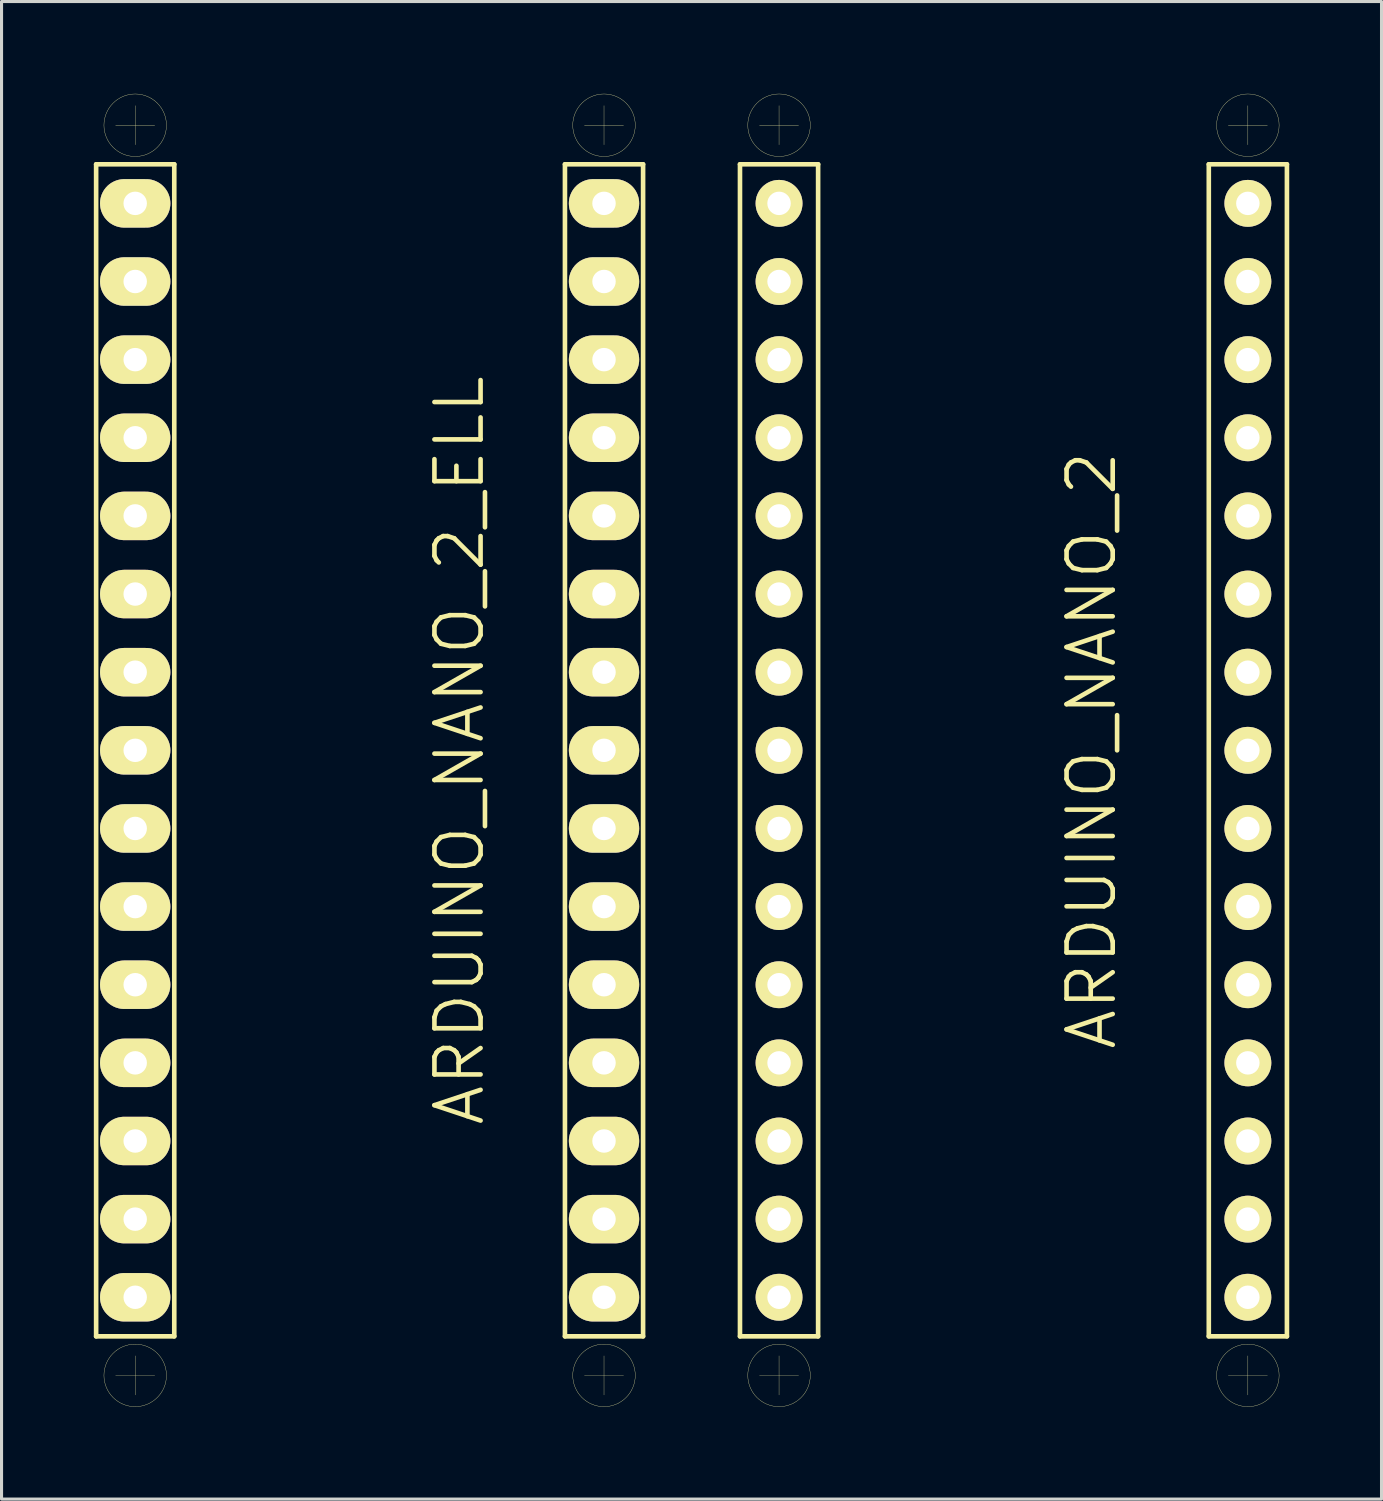
<source format=kicad_pcb>
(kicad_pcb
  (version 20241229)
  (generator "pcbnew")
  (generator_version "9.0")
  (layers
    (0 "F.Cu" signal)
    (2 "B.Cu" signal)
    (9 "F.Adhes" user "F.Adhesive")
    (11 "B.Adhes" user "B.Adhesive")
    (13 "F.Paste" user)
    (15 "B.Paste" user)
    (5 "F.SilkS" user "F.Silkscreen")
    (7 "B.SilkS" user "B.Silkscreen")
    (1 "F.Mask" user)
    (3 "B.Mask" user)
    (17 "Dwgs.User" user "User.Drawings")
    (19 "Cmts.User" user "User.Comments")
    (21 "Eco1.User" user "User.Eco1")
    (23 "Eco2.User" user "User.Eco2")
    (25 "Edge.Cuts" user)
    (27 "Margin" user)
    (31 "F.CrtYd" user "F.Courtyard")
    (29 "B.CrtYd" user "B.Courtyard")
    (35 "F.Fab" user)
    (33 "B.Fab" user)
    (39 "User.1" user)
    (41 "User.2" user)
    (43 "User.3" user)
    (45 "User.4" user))
  (footprint "ARDUINO_NANO_2"
    (layer "F.Cu")
    (at 29.895 21.341)
    (property "Reference" "ARDUINO_NANO_2" (at 2.54 0 90) (layer "F.SilkS") (effects (font (size 1.5 1.5) (thickness 0.15))))
    (attr through_hole)
    (fp_line (start -8.89 -19.05) (end -8.89 19.05) (stroke (width 0.15) (type solid)) (layer "F.SilkS"))
    (fp_line (start -8.89 19.05) (end -6.35 19.05) (stroke (width 0.15) (type solid)) (layer "F.SilkS"))
    (fp_line (start -8.255 -20.32) (end -6.985 -20.32) (stroke (width 0.01) (type solid)) (layer "F.SilkS"))
    (fp_line (start -8.255 20.32) (end -6.985 20.32) (stroke (width 0.01) (type solid)) (layer "F.SilkS"))
    (fp_line (start -7.62 -20.955) (end -7.62 -19.685) (stroke (width 0.01) (type solid)) (layer "F.SilkS"))
    (fp_line (start -7.62 19.685) (end -7.62 20.955) (stroke (width 0.01) (type solid)) (layer "F.SilkS"))
    (fp_line (start -6.35 -19.05) (end -8.89 -19.05) (stroke (width 0.15) (type solid)) (layer "F.SilkS"))
    (fp_line (start -6.35 19.05) (end -6.35 -19.05) (stroke (width 0.15) (type solid)) (layer "F.SilkS"))
    (fp_line (start 6.35 -19.05) (end 8.89 -19.05) (stroke (width 0.15) (type solid)) (layer "F.SilkS"))
    (fp_line (start 6.35 19.05) (end 6.35 -19.05) (stroke (width 0.15) (type solid)) (layer "F.SilkS"))
    (fp_line (start 6.985 -20.32) (end 8.255 -20.32) (stroke (width 0.01) (type solid)) (layer "F.SilkS"))
    (fp_line (start 6.985 20.32) (end 8.255 20.32) (stroke (width 0.01) (type solid)) (layer "F.SilkS"))
    (fp_line (start 7.62 -20.955) (end 7.62 -19.685) (stroke (width 0.01) (type solid)) (layer "F.SilkS"))
    (fp_line (start 7.62 19.685) (end 7.62 20.955) (stroke (width 0.01) (type solid)) (layer "F.SilkS"))
    (fp_line (start 8.89 -19.05) (end 8.89 19.05) (stroke (width 0.15) (type solid)) (layer "F.SilkS"))
    (fp_line (start 8.89 19.05) (end 6.35 19.05) (stroke (width 0.15) (type solid)) (layer "F.SilkS"))
    (fp_circle (center -7.62 -20.32) (end -6.604 -20.32) (stroke (width 0.01) (type solid)) (fill no) (layer "F.SilkS"))
    (fp_circle (center -7.62 20.32) (end -6.604 20.32) (stroke (width 0.01) (type solid)) (fill no) (layer "F.SilkS"))
    (fp_circle (center 7.62 -20.32) (end 8.636 -20.32) (stroke (width 0.01) (type solid)) (fill no) (layer "F.SilkS"))
    (fp_circle (center 7.62 20.32) (end 8.636 20.32) (stroke (width 0.01) (type solid)) (fill no) (layer "F.SilkS"))
    (pad "0" thru_hole circle (at -7.62 -15.24) (size 1.524 1.524) (drill 0.762) (layers "*.Cu" "*.Mask" "F.SilkS"))
    (pad "1" thru_hole circle (at -7.62 -17.78) (size 1.524 1.524) (drill 0.762) (layers "*.Cu" "*.Mask" "F.SilkS"))
    (pad "2" thru_hole circle (at -7.62 -7.62) (size 1.524 1.524) (drill 0.762) (layers "*.Cu" "*.Mask" "F.SilkS"))
    (pad "3" thru_hole circle (at -7.62 -5.08) (size 1.524 1.524) (drill 0.762) (layers "*.Cu" "*.Mask" "F.SilkS"))
    (pad "3V3" thru_hole circle (at 7.62 15.24) (size 1.524 1.524) (drill 0.762) (layers "*.Cu" "*.Mask" "F.SilkS"))
    (pad "4" thru_hole circle (at -7.62 -2.54) (size 1.524 1.524) (drill 0.762) (layers "*.Cu" "*.Mask" "F.SilkS"))
    (pad "5" thru_hole circle (at -7.62 0) (size 1.524 1.524) (drill 0.762) (layers "*.Cu" "*.Mask" "F.SilkS"))
    (pad "5V" thru_hole circle (at 7.62 -10.16) (size 1.524 1.524) (drill 0.762) (layers "*.Cu" "*.Mask" "F.SilkS"))
    (pad "6" thru_hole circle (at -7.62 2.54) (size 1.524 1.524) (drill 0.762) (layers "*.Cu" "*.Mask" "F.SilkS"))
    (pad "7" thru_hole circle (at -7.62 5.08) (size 1.524 1.524) (drill 0.762) (layers "*.Cu" "*.Mask" "F.SilkS"))
    (pad "8" thru_hole circle (at -7.62 7.62) (size 1.524 1.524) (drill 0.762) (layers "*.Cu" "*.Mask" "F.SilkS"))
    (pad "9" thru_hole circle (at -7.62 10.16) (size 1.524 1.524) (drill 0.762) (layers "*.Cu" "*.Mask" "F.SilkS"))
    (pad "10" thru_hole circle (at -7.62 12.7) (size 1.524 1.524) (drill 0.762) (layers "*.Cu" "*.Mask" "F.SilkS"))
    (pad "11" thru_hole circle (at -7.62 15.24) (size 1.524 1.524) (drill 0.762) (layers "*.Cu" "*.Mask" "F.SilkS"))
    (pad "12" thru_hole circle (at -7.62 17.78) (size 1.524 1.524) (drill 0.762) (layers "*.Cu" "*.Mask" "F.SilkS"))
    (pad "13" thru_hole circle (at 7.62 17.78) (size 1.524 1.524) (drill 0.762) (layers "*.Cu" "*.Mask" "F.SilkS"))
    (pad "A0" thru_hole circle (at 7.62 10.16) (size 1.524 1.524) (drill 0.762) (layers "*.Cu" "*.Mask" "F.SilkS"))
    (pad "A1" thru_hole circle (at 7.62 7.62) (size 1.524 1.524) (drill 0.762) (layers "*.Cu" "*.Mask" "F.SilkS"))
    (pad "A2" thru_hole circle (at 7.62 5.08) (size 1.524 1.524) (drill 0.762) (layers "*.Cu" "*.Mask" "F.SilkS"))
    (pad "A3" thru_hole circle (at 7.62 2.54) (size 1.524 1.524) (drill 0.762) (layers "*.Cu" "*.Mask" "F.SilkS"))
    (pad "A4" thru_hole circle (at 7.62 0) (size 1.524 1.524) (drill 0.762) (layers "*.Cu" "*.Mask" "F.SilkS"))
    (pad "A5" thru_hole circle (at 7.62 -2.54) (size 1.524 1.524) (drill 0.762) (layers "*.Cu" "*.Mask" "F.SilkS"))
    (pad "A6" thru_hole circle (at 7.62 -5.08) (size 1.524 1.524) (drill 0.762) (layers "*.Cu" "*.Mask" "F.SilkS"))
    (pad "A7" thru_hole circle (at 7.62 -7.62) (size 1.524 1.524) (drill 0.762) (layers "*.Cu" "*.Mask" "F.SilkS"))
    (pad "AREF" thru_hole circle (at 7.62 12.7) (size 1.524 1.524) (drill 0.762) (layers "*.Cu" "*.Mask" "F.SilkS"))
    (pad "GND1" thru_hole circle (at -7.62 -10.16) (size 1.524 1.524) (drill 0.762) (layers "*.Cu" "*.Mask" "F.SilkS"))
    (pad "GND2" thru_hole circle (at 7.62 -15.24) (size 1.524 1.524) (drill 0.762) (layers "*.Cu" "*.Mask" "F.SilkS"))
    (pad "RST1" thru_hole circle (at -7.62 -12.7) (size 1.524 1.524) (drill 0.762) (layers "*.Cu" "*.Mask" "F.SilkS"))
    (pad "RST2" thru_hole circle (at 7.62 -12.7) (size 1.524 1.524) (drill 0.762) (layers "*.Cu" "*.Mask" "F.SilkS"))
    (pad "VIN" thru_hole circle (at 7.62 -17.78) (size 1.524 1.524) (drill 0.762) (layers "*.Cu" "*.Mask" "F.SilkS")))
  (footprint "ARDUINO_NANO_2_ELL"
    (layer "F.Cu")
    (at 8.965 21.341)
    (property "Reference" "ARDUINO_NANO_2_ELL" (at 2.921 0 90) (layer "F.SilkS") (effects (font (size 1.5 1.5) (thickness 0.15))))
    (attr through_hole)
    (fp_line (start -8.89 -19.05) (end -8.89 19.05) (stroke (width 0.15) (type solid)) (layer "F.SilkS"))
    (fp_line (start -8.89 19.05) (end -6.35 19.05) (stroke (width 0.15) (type solid)) (layer "F.SilkS"))
    (fp_line (start -8.255 -20.32) (end -6.985 -20.32) (stroke (width 0.01) (type solid)) (layer "F.SilkS"))
    (fp_line (start -8.255 20.32) (end -6.985 20.32) (stroke (width 0.01) (type solid)) (layer "F.SilkS"))
    (fp_line (start -7.62 -20.955) (end -7.62 -19.685) (stroke (width 0.01) (type solid)) (layer "F.SilkS"))
    (fp_line (start -7.62 19.685) (end -7.62 20.955) (stroke (width 0.01) (type solid)) (layer "F.SilkS"))
    (fp_line (start -6.35 -19.05) (end -8.89 -19.05) (stroke (width 0.15) (type solid)) (layer "F.SilkS"))
    (fp_line (start -6.35 19.05) (end -6.35 -19.05) (stroke (width 0.15) (type solid)) (layer "F.SilkS"))
    (fp_line (start 6.35 -19.05) (end 8.89 -19.05) (stroke (width 0.15) (type solid)) (layer "F.SilkS"))
    (fp_line (start 6.35 19.05) (end 6.35 -19.05) (stroke (width 0.15) (type solid)) (layer "F.SilkS"))
    (fp_line (start 6.985 -20.32) (end 8.255 -20.32) (stroke (width 0.01) (type solid)) (layer "F.SilkS"))
    (fp_line (start 6.985 20.32) (end 8.255 20.32) (stroke (width 0.01) (type solid)) (layer "F.SilkS"))
    (fp_line (start 7.62 -20.955) (end 7.62 -19.685) (stroke (width 0.01) (type solid)) (layer "F.SilkS"))
    (fp_line (start 7.62 19.685) (end 7.62 20.955) (stroke (width 0.01) (type solid)) (layer "F.SilkS"))
    (fp_line (start 8.89 -19.05) (end 8.89 19.05) (stroke (width 0.15) (type solid)) (layer "F.SilkS"))
    (fp_line (start 8.89 19.05) (end 6.35 19.05) (stroke (width 0.15) (type solid)) (layer "F.SilkS"))
    (fp_circle (center -7.62 -20.32) (end -6.604 -20.32) (stroke (width 0.01) (type solid)) (fill no) (layer "F.SilkS"))
    (fp_circle (center -7.62 20.32) (end -6.604 20.32) (stroke (width 0.01) (type solid)) (fill no) (layer "F.SilkS"))
    (fp_circle (center 7.62 -20.32) (end 8.636 -20.32) (stroke (width 0.01) (type solid)) (fill no) (layer "F.SilkS"))
    (fp_circle (center 7.62 20.32) (end 8.636 20.32) (stroke (width 0.01) (type solid)) (fill no) (layer "F.SilkS"))
    (pad "0" thru_hole oval (at -7.62 -15.24) (size 2.286 1.575) (drill 0.762) (layers "*.Cu" "*.Mask" "F.SilkS"))
    (pad "1" thru_hole oval (at -7.62 -17.78) (size 2.286 1.575) (drill 0.762) (layers "*.Cu" "*.Mask" "F.SilkS"))
    (pad "2" thru_hole oval (at -7.62 -7.62) (size 2.286 1.575) (drill 0.762) (layers "*.Cu" "*.Mask" "F.SilkS"))
    (pad "3" thru_hole oval (at -7.62 -5.08) (size 2.286 1.575) (drill 0.762) (layers "*.Cu" "*.Mask" "F.SilkS"))
    (pad "3V3" thru_hole oval (at 7.62 15.24) (size 2.286 1.575) (drill 0.762) (layers "*.Cu" "*.Mask" "F.SilkS"))
    (pad "4" thru_hole oval (at -7.62 -2.54) (size 2.286 1.575) (drill 0.762) (layers "*.Cu" "*.Mask" "F.SilkS"))
    (pad "5" thru_hole oval (at -7.62 0) (size 2.286 1.575) (drill 0.762) (layers "*.Cu" "*.Mask" "F.SilkS"))
    (pad "5V" thru_hole oval (at 7.62 -10.16) (size 2.286 1.575) (drill 0.762) (layers "*.Cu" "*.Mask" "F.SilkS"))
    (pad "6" thru_hole oval (at -7.62 2.54) (size 2.286 1.575) (drill 0.762) (layers "*.Cu" "*.Mask" "F.SilkS"))
    (pad "7" thru_hole oval (at -7.62 5.08) (size 2.286 1.575) (drill 0.762) (layers "*.Cu" "*.Mask" "F.SilkS"))
    (pad "8" thru_hole oval (at -7.62 7.62) (size 2.286 1.575) (drill 0.762) (layers "*.Cu" "*.Mask" "F.SilkS"))
    (pad "9" thru_hole oval (at -7.62 10.16) (size 2.286 1.575) (drill 0.762) (layers "*.Cu" "*.Mask" "F.SilkS"))
    (pad "10" thru_hole oval (at -7.62 12.7) (size 2.286 1.575) (drill 0.762) (layers "*.Cu" "*.Mask" "F.SilkS"))
    (pad "11" thru_hole oval (at -7.62 15.24) (size 2.286 1.575) (drill 0.762) (layers "*.Cu" "*.Mask" "F.SilkS"))
    (pad "12" thru_hole oval (at -7.62 17.78) (size 2.286 1.575) (drill 0.762) (layers "*.Cu" "*.Mask" "F.SilkS"))
    (pad "13" thru_hole oval (at 7.62 17.78) (size 2.286 1.575) (drill 0.762) (layers "*.Cu" "*.Mask" "F.SilkS"))
    (pad "A0" thru_hole oval (at 7.62 10.16) (size 2.286 1.575) (drill 0.762) (layers "*.Cu" "*.Mask" "F.SilkS"))
    (pad "A1" thru_hole oval (at 7.62 7.62) (size 2.286 1.575) (drill 0.762) (layers "*.Cu" "*.Mask" "F.SilkS"))
    (pad "A2" thru_hole oval (at 7.62 5.08) (size 2.286 1.575) (drill 0.762) (layers "*.Cu" "*.Mask" "F.SilkS"))
    (pad "A3" thru_hole oval (at 7.62 2.54) (size 2.286 1.575) (drill 0.762) (layers "*.Cu" "*.Mask" "F.SilkS"))
    (pad "A4" thru_hole oval (at 7.62 0) (size 2.286 1.575) (drill 0.762) (layers "*.Cu" "*.Mask" "F.SilkS"))
    (pad "A5" thru_hole oval (at 7.62 -2.54) (size 2.286 1.575) (drill 0.762) (layers "*.Cu" "*.Mask" "F.SilkS"))
    (pad "A6" thru_hole oval (at 7.62 -5.08) (size 2.286 1.575) (drill 0.762) (layers "*.Cu" "*.Mask" "F.SilkS"))
    (pad "A7" thru_hole oval (at 7.62 -7.62) (size 2.286 1.575) (drill 0.762) (layers "*.Cu" "*.Mask" "F.SilkS"))
    (pad "AREF" thru_hole oval (at 7.62 12.7) (size 2.286 1.575) (drill 0.762) (layers "*.Cu" "*.Mask" "F.SilkS"))
    (pad "GND1" thru_hole oval (at -7.62 -10.16) (size 2.286 1.575) (drill 0.762) (layers "*.Cu" "*.Mask" "F.SilkS"))
    (pad "GND2" thru_hole oval (at 7.62 -15.24) (size 2.286 1.575) (drill 0.762) (layers "*.Cu" "*.Mask" "F.SilkS"))
    (pad "RST1" thru_hole oval (at -7.62 -12.7) (size 2.286 1.575) (drill 0.762) (layers "*.Cu" "*.Mask" "F.SilkS"))
    (pad "RST2" thru_hole oval (at 7.62 -12.7) (size 2.286 1.575) (drill 0.762) (layers "*.Cu" "*.Mask" "F.SilkS"))
    (pad "VIN" thru_hole oval (at 7.62 -17.78) (size 2.286 1.575) (drill 0.762) (layers "*.Cu" "*.Mask" "F.SilkS")))
  (gr_rect
    (start -3 -3)
    (end 41.86 45.682)
    (stroke (width 0.1) (type default))
    (fill no)
    (layer "Edge.Cuts")))
</source>
